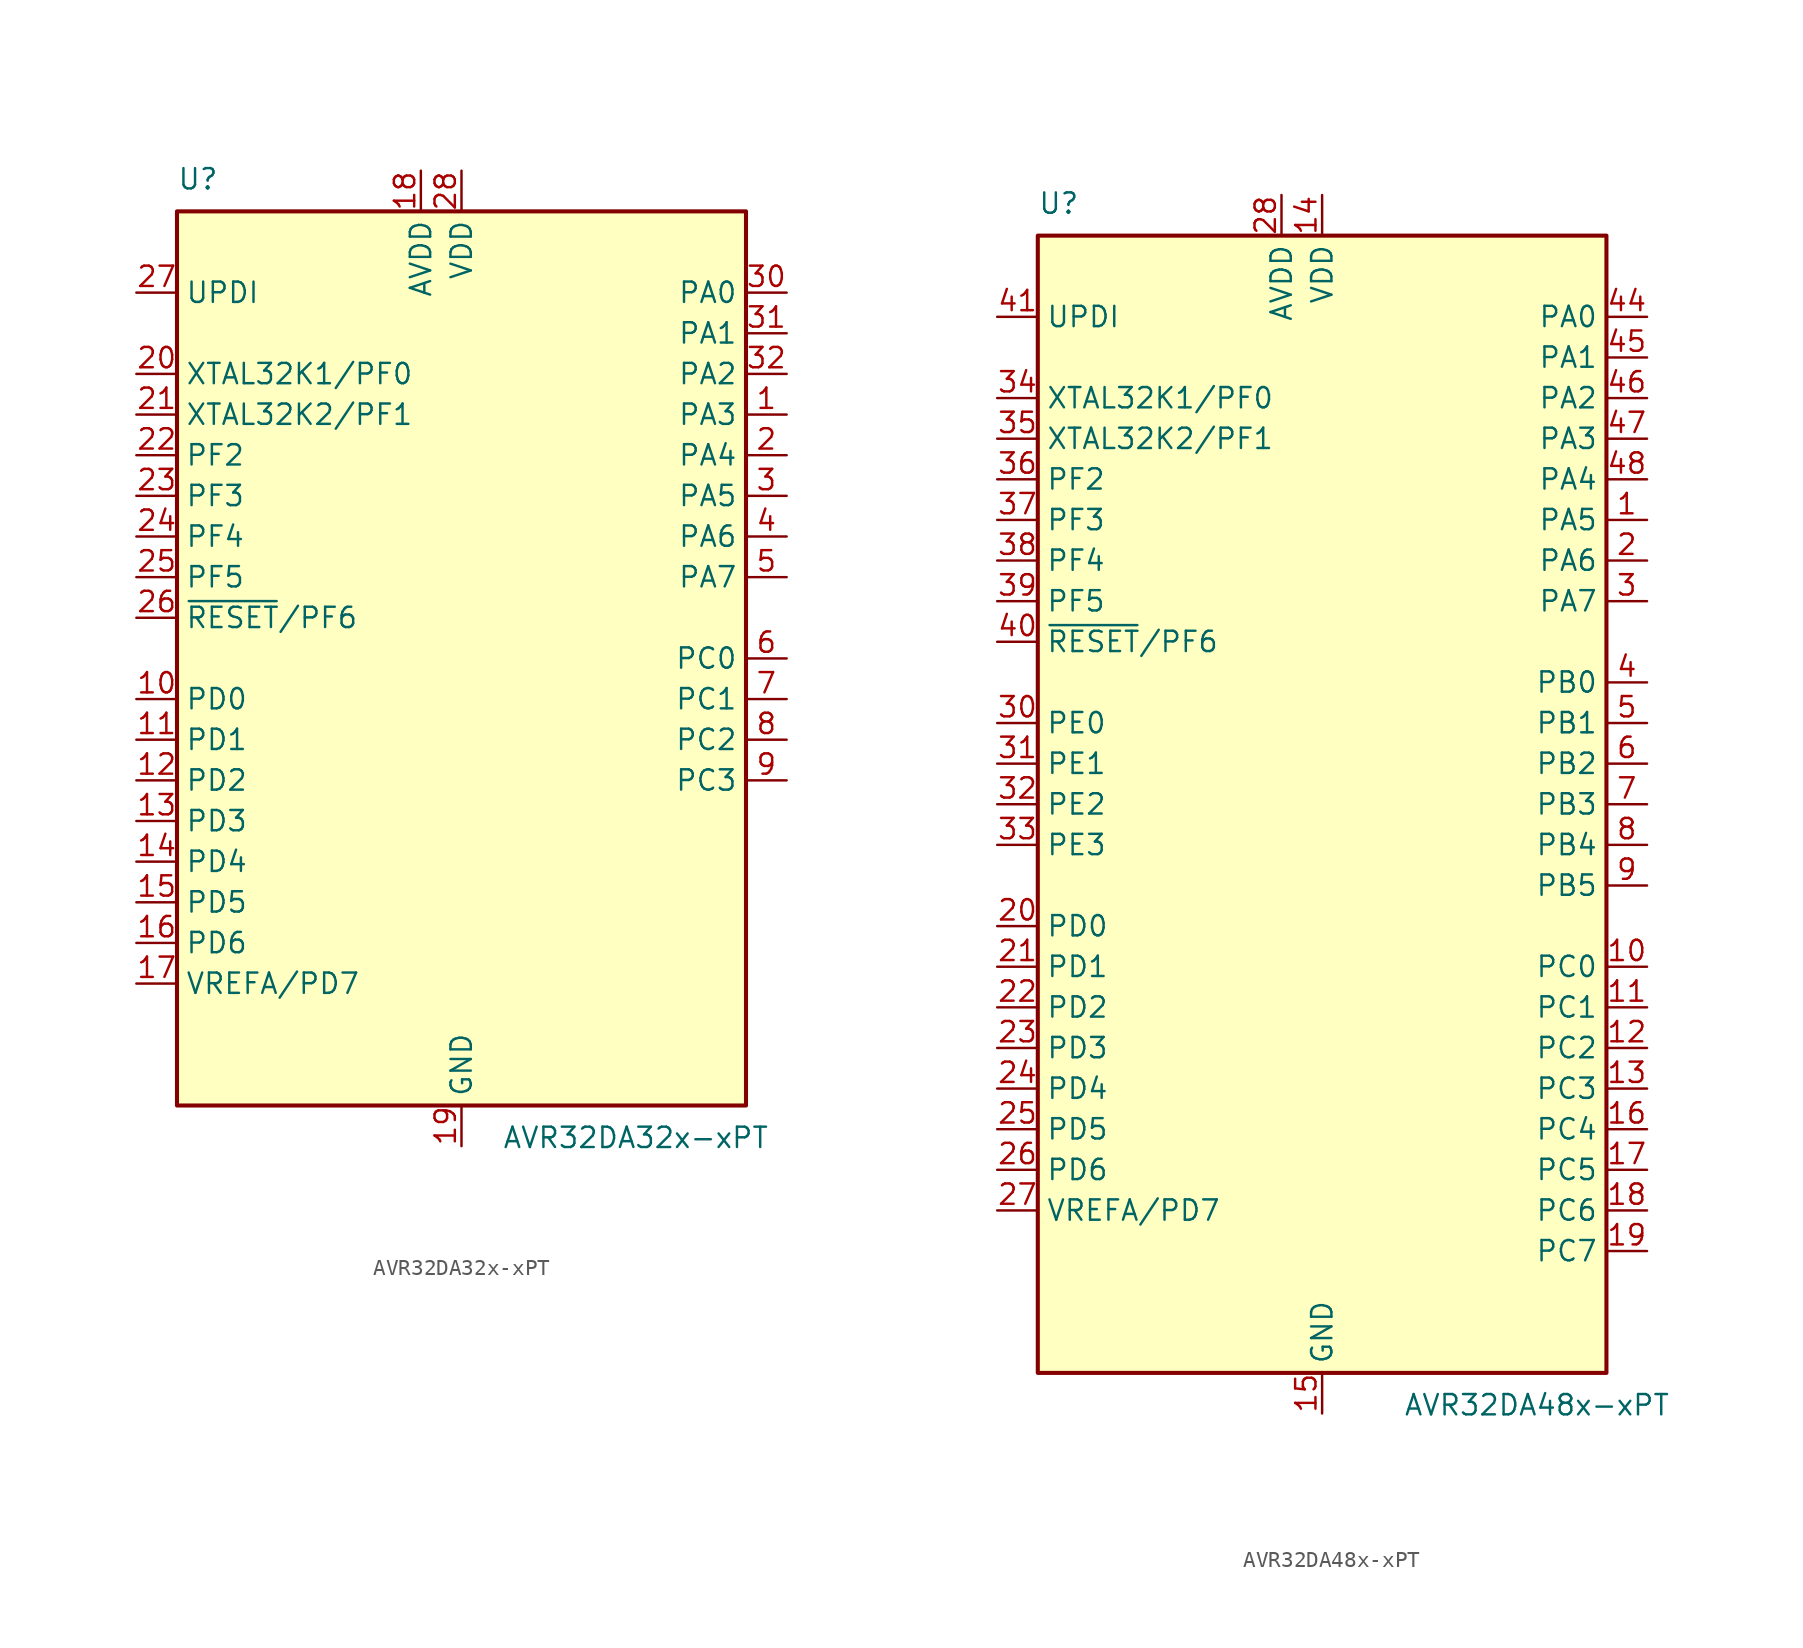
<source format=kicad_sym>
(kicad_symbol_lib
  (version 20231120)
  (generator "kicad_symbol_editor")
  (generator_version "8.0")
  (symbol "AVR32DA32x-xPT"
    (property "Reference" "U"
      (at -17.78 29.21 0)
      (effects (font (size 1.27 1.27)) (justify left bottom)))
    (property "Value" "AVR32DA32x-xPT"
      (at 2.54 -29.21 0)
      (effects (font (size 1.27 1.27)) (justify left top)))
    (symbol "AVR32DA32x-xPT_0_1"
      (rectangle (start -17.78 27.94) (end 17.78 -27.94) (stroke (width 0.254) (type default)) (fill (type background))))
    (symbol "AVR32DA32x-xPT_1_1"
      (pin bidirectional line (at 20.32 15.24 180) (length 2.54) (name "PA3" (effects (font (size 1.27 1.27)))) (number "1" (effects (font (size 1.27 1.27)))))
      (pin bidirectional line (at -20.32 -2.54 0) (length 2.54) (name "PD0" (effects (font (size 1.27 1.27)))) (number "10" (effects (font (size 1.27 1.27)))))
      (pin bidirectional line (at -20.32 -5.08 0) (length 2.54) (name "PD1" (effects (font (size 1.27 1.27)))) (number "11" (effects (font (size 1.27 1.27)))))
      (pin bidirectional line (at -20.32 -7.62 0) (length 2.54) (name "PD2" (effects (font (size 1.27 1.27)))) (number "12" (effects (font (size 1.27 1.27)))))
      (pin bidirectional line (at -20.32 -10.16 0) (length 2.54) (name "PD3" (effects (font (size 1.27 1.27)))) (number "13" (effects (font (size 1.27 1.27)))))
      (pin bidirectional line (at -20.32 -12.7 0) (length 2.54) (name "PD4" (effects (font (size 1.27 1.27)))) (number "14" (effects (font (size 1.27 1.27)))))
      (pin bidirectional line (at -20.32 -15.24 0) (length 2.54) (name "PD5" (effects (font (size 1.27 1.27)))) (number "15" (effects (font (size 1.27 1.27)))))
      (pin bidirectional line (at -20.32 -17.78 0) (length 2.54) (name "PD6" (effects (font (size 1.27 1.27)))) (number "16" (effects (font (size 1.27 1.27)))))
      (pin bidirectional line (at -20.32 -20.32 0) (length 2.54) (name "VREFA/PD7" (effects (font (size 1.27 1.27)))) (number "17" (effects (font (size 1.27 1.27)))))
      (pin power_in line (at -2.54 30.48 270) (length 2.54) (name "AVDD" (effects (font (size 1.27 1.27)))) (number "18" (effects (font (size 1.27 1.27)))))
      (pin power_in line (at 0 -30.48 90) (length 2.54) (name "GND" (effects (font (size 1.27 1.27)))) (number "19" (effects (font (size 1.27 1.27)))))
      (pin bidirectional line (at 20.32 12.7 180) (length 2.54) (name "PA4" (effects (font (size 1.27 1.27)))) (number "2" (effects (font (size 1.27 1.27)))))
      (pin bidirectional line (at -20.32 17.78 0) (length 2.54) (name "XTAL32K1/PF0" (effects (font (size 1.27 1.27)))) (number "20" (effects (font (size 1.27 1.27)))))
      (pin bidirectional line (at -20.32 15.24 0) (length 2.54) (name "XTAL32K2/PF1" (effects (font (size 1.27 1.27)))) (number "21" (effects (font (size 1.27 1.27)))))
      (pin bidirectional line (at -20.32 12.7 0) (length 2.54) (name "PF2" (effects (font (size 1.27 1.27)))) (number "22" (effects (font (size 1.27 1.27)))))
      (pin bidirectional line (at -20.32 10.16 0) (length 2.54) (name "PF3" (effects (font (size 1.27 1.27)))) (number "23" (effects (font (size 1.27 1.27)))))
      (pin bidirectional line (at -20.32 7.62 0) (length 2.54) (name "PF4" (effects (font (size 1.27 1.27)))) (number "24" (effects (font (size 1.27 1.27)))))
      (pin bidirectional line (at -20.32 5.08 0) (length 2.54) (name "PF5" (effects (font (size 1.27 1.27)))) (number "25" (effects (font (size 1.27 1.27)))))
      (pin bidirectional line (at -20.32 2.54 0) (length 2.54) (name "~{RESET}/PF6" (effects (font (size 1.27 1.27)))) (number "26" (effects (font (size 1.27 1.27)))))
      (pin input line (at -20.32 22.86 0) (length 2.54) (name "UPDI" (effects (font (size 1.27 1.27)))) (number "27" (effects (font (size 1.27 1.27)))))
      (pin power_in line (at 0 30.48 270) (length 2.54) (name "VDD" (effects (font (size 1.27 1.27)))) (number "28" (effects (font (size 1.27 1.27)))))
      (pin passive line (at 0 -30.48 90) (length 2.54) hide (name "GND" (effects (font (size 1.27 1.27)))) (number "29" (effects (font (size 1.27 1.27)))))
      (pin bidirectional line (at 20.32 10.16 180) (length 2.54) (name "PA5" (effects (font (size 1.27 1.27)))) (number "3" (effects (font (size 1.27 1.27)))))
      (pin bidirectional line (at 20.32 22.86 180) (length 2.54) (name "PA0" (effects (font (size 1.27 1.27)))) (number "30" (effects (font (size 1.27 1.27)))))
      (pin bidirectional line (at 20.32 20.32 180) (length 2.54) (name "PA1" (effects (font (size 1.27 1.27)))) (number "31" (effects (font (size 1.27 1.27)))))
      (pin bidirectional line (at 20.32 17.78 180) (length 2.54) (name "PA2" (effects (font (size 1.27 1.27)))) (number "32" (effects (font (size 1.27 1.27)))))
      (pin bidirectional line (at 20.32 7.62 180) (length 2.54) (name "PA6" (effects (font (size 1.27 1.27)))) (number "4" (effects (font (size 1.27 1.27)))))
      (pin bidirectional line (at 20.32 5.08 180) (length 2.54) (name "PA7" (effects (font (size 1.27 1.27)))) (number "5" (effects (font (size 1.27 1.27)))))
      (pin bidirectional line (at 20.32 0 180) (length 2.54) (name "PC0" (effects (font (size 1.27 1.27)))) (number "6" (effects (font (size 1.27 1.27)))))
      (pin bidirectional line (at 20.32 -2.54 180) (length 2.54) (name "PC1" (effects (font (size 1.27 1.27)))) (number "7" (effects (font (size 1.27 1.27)))))
      (pin bidirectional line (at 20.32 -5.08 180) (length 2.54) (name "PC2" (effects (font (size 1.27 1.27)))) (number "8" (effects (font (size 1.27 1.27)))))
      (pin bidirectional line (at 20.32 -7.62 180) (length 2.54) (name "PC3" (effects (font (size 1.27 1.27)))) (number "9" (effects (font (size 1.27 1.27)))))))
  (symbol "AVR32DA48x-xPT"
    (property "Reference" "U"
      (at -17.78 36.83 0)
      (effects (font (size 1.27 1.27)) (justify left bottom)))
    (property "Value" "AVR32DA48x-xPT"
      (at 5.08 -36.83 0)
      (effects (font (size 1.27 1.27)) (justify left top)))
    (symbol "AVR32DA48x-xPT_0_1"
      (rectangle (start -17.78 35.56) (end 17.78 -35.56) (stroke (width 0.254) (type default)) (fill (type background))))
    (symbol "AVR32DA48x-xPT_1_1"
      (pin bidirectional line (at 20.32 17.78 180) (length 2.54) (name "PA5" (effects (font (size 1.27 1.27)))) (number "1" (effects (font (size 1.27 1.27)))))
      (pin bidirectional line (at 20.32 -10.16 180) (length 2.54) (name "PC0" (effects (font (size 1.27 1.27)))) (number "10" (effects (font (size 1.27 1.27)))))
      (pin bidirectional line (at 20.32 -12.7 180) (length 2.54) (name "PC1" (effects (font (size 1.27 1.27)))) (number "11" (effects (font (size 1.27 1.27)))))
      (pin bidirectional line (at 20.32 -15.24 180) (length 2.54) (name "PC2" (effects (font (size 1.27 1.27)))) (number "12" (effects (font (size 1.27 1.27)))))
      (pin bidirectional line (at 20.32 -17.78 180) (length 2.54) (name "PC3" (effects (font (size 1.27 1.27)))) (number "13" (effects (font (size 1.27 1.27)))))
      (pin power_in line (at 0 38.1 270) (length 2.54) (name "VDD" (effects (font (size 1.27 1.27)))) (number "14" (effects (font (size 1.27 1.27)))))
      (pin power_in line (at 0 -38.1 90) (length 2.54) (name "GND" (effects (font (size 1.27 1.27)))) (number "15" (effects (font (size 1.27 1.27)))))
      (pin bidirectional line (at 20.32 -20.32 180) (length 2.54) (name "PC4" (effects (font (size 1.27 1.27)))) (number "16" (effects (font (size 1.27 1.27)))))
      (pin bidirectional line (at 20.32 -22.86 180) (length 2.54) (name "PC5" (effects (font (size 1.27 1.27)))) (number "17" (effects (font (size 1.27 1.27)))))
      (pin bidirectional line (at 20.32 -25.4 180) (length 2.54) (name "PC6" (effects (font (size 1.27 1.27)))) (number "18" (effects (font (size 1.27 1.27)))))
      (pin bidirectional line (at 20.32 -27.94 180) (length 2.54) (name "PC7" (effects (font (size 1.27 1.27)))) (number "19" (effects (font (size 1.27 1.27)))))
      (pin bidirectional line (at 20.32 15.24 180) (length 2.54) (name "PA6" (effects (font (size 1.27 1.27)))) (number "2" (effects (font (size 1.27 1.27)))))
      (pin bidirectional line (at -20.32 -7.62 0) (length 2.54) (name "PD0" (effects (font (size 1.27 1.27)))) (number "20" (effects (font (size 1.27 1.27)))))
      (pin bidirectional line (at -20.32 -10.16 0) (length 2.54) (name "PD1" (effects (font (size 1.27 1.27)))) (number "21" (effects (font (size 1.27 1.27)))))
      (pin bidirectional line (at -20.32 -12.7 0) (length 2.54) (name "PD2" (effects (font (size 1.27 1.27)))) (number "22" (effects (font (size 1.27 1.27)))))
      (pin bidirectional line (at -20.32 -15.24 0) (length 2.54) (name "PD3" (effects (font (size 1.27 1.27)))) (number "23" (effects (font (size 1.27 1.27)))))
      (pin bidirectional line (at -20.32 -17.78 0) (length 2.54) (name "PD4" (effects (font (size 1.27 1.27)))) (number "24" (effects (font (size 1.27 1.27)))))
      (pin bidirectional line (at -20.32 -20.32 0) (length 2.54) (name "PD5" (effects (font (size 1.27 1.27)))) (number "25" (effects (font (size 1.27 1.27)))))
      (pin bidirectional line (at -20.32 -22.86 0) (length 2.54) (name "PD6" (effects (font (size 1.27 1.27)))) (number "26" (effects (font (size 1.27 1.27)))))
      (pin bidirectional line (at -20.32 -25.4 0) (length 2.54) (name "VREFA/PD7" (effects (font (size 1.27 1.27)))) (number "27" (effects (font (size 1.27 1.27)))))
      (pin power_in line (at -2.54 38.1 270) (length 2.54) (name "AVDD" (effects (font (size 1.27 1.27)))) (number "28" (effects (font (size 1.27 1.27)))))
      (pin passive line (at 0 -38.1 90) (length 2.54) hide (name "GND" (effects (font (size 1.27 1.27)))) (number "29" (effects (font (size 1.27 1.27)))))
      (pin bidirectional line (at 20.32 12.7 180) (length 2.54) (name "PA7" (effects (font (size 1.27 1.27)))) (number "3" (effects (font (size 1.27 1.27)))))
      (pin bidirectional line (at -20.32 5.08 0) (length 2.54) (name "PE0" (effects (font (size 1.27 1.27)))) (number "30" (effects (font (size 1.27 1.27)))))
      (pin bidirectional line (at -20.32 2.54 0) (length 2.54) (name "PE1" (effects (font (size 1.27 1.27)))) (number "31" (effects (font (size 1.27 1.27)))))
      (pin bidirectional line (at -20.32 0 0) (length 2.54) (name "PE2" (effects (font (size 1.27 1.27)))) (number "32" (effects (font (size 1.27 1.27)))))
      (pin bidirectional line (at -20.32 -2.54 0) (length 2.54) (name "PE3" (effects (font (size 1.27 1.27)))) (number "33" (effects (font (size 1.27 1.27)))))
      (pin bidirectional line (at -20.32 25.4 0) (length 2.54) (name "XTAL32K1/PF0" (effects (font (size 1.27 1.27)))) (number "34" (effects (font (size 1.27 1.27)))))
      (pin bidirectional line (at -20.32 22.86 0) (length 2.54) (name "XTAL32K2/PF1" (effects (font (size 1.27 1.27)))) (number "35" (effects (font (size 1.27 1.27)))))
      (pin bidirectional line (at -20.32 20.32 0) (length 2.54) (name "PF2" (effects (font (size 1.27 1.27)))) (number "36" (effects (font (size 1.27 1.27)))))
      (pin bidirectional line (at -20.32 17.78 0) (length 2.54) (name "PF3" (effects (font (size 1.27 1.27)))) (number "37" (effects (font (size 1.27 1.27)))))
      (pin bidirectional line (at -20.32 15.24 0) (length 2.54) (name "PF4" (effects (font (size 1.27 1.27)))) (number "38" (effects (font (size 1.27 1.27)))))
      (pin bidirectional line (at -20.32 12.7 0) (length 2.54) (name "PF5" (effects (font (size 1.27 1.27)))) (number "39" (effects (font (size 1.27 1.27)))))
      (pin bidirectional line (at 20.32 7.62 180) (length 2.54) (name "PB0" (effects (font (size 1.27 1.27)))) (number "4" (effects (font (size 1.27 1.27)))))
      (pin bidirectional line (at -20.32 10.16 0) (length 2.54) (name "~{RESET}/PF6" (effects (font (size 1.27 1.27)))) (number "40" (effects (font (size 1.27 1.27)))))
      (pin input line (at -20.32 30.48 0) (length 2.54) (name "UPDI" (effects (font (size 1.27 1.27)))) (number "41" (effects (font (size 1.27 1.27)))))
      (pin passive line (at 0 38.1 270) (length 2.54) hide (name "VDD" (effects (font (size 1.27 1.27)))) (number "42" (effects (font (size 1.27 1.27)))))
      (pin passive line (at 0 -38.1 90) (length 2.54) hide (name "GND" (effects (font (size 1.27 1.27)))) (number "43" (effects (font (size 1.27 1.27)))))
      (pin bidirectional line (at 20.32 30.48 180) (length 2.54) (name "PA0" (effects (font (size 1.27 1.27)))) (number "44" (effects (font (size 1.27 1.27)))))
      (pin bidirectional line (at 20.32 27.94 180) (length 2.54) (name "PA1" (effects (font (size 1.27 1.27)))) (number "45" (effects (font (size 1.27 1.27)))))
      (pin bidirectional line (at 20.32 25.4 180) (length 2.54) (name "PA2" (effects (font (size 1.27 1.27)))) (number "46" (effects (font (size 1.27 1.27)))))
      (pin bidirectional line (at 20.32 22.86 180) (length 2.54) (name "PA3" (effects (font (size 1.27 1.27)))) (number "47" (effects (font (size 1.27 1.27)))))
      (pin bidirectional line (at 20.32 20.32 180) (length 2.54) (name "PA4" (effects (font (size 1.27 1.27)))) (number "48" (effects (font (size 1.27 1.27)))))
      (pin bidirectional line (at 20.32 5.08 180) (length 2.54) (name "PB1" (effects (font (size 1.27 1.27)))) (number "5" (effects (font (size 1.27 1.27)))))
      (pin bidirectional line (at 20.32 2.54 180) (length 2.54) (name "PB2" (effects (font (size 1.27 1.27)))) (number "6" (effects (font (size 1.27 1.27)))))
      (pin bidirectional line (at 20.32 0 180) (length 2.54) (name "PB3" (effects (font (size 1.27 1.27)))) (number "7" (effects (font (size 1.27 1.27)))))
      (pin bidirectional line (at 20.32 -2.54 180) (length 2.54) (name "PB4" (effects (font (size 1.27 1.27)))) (number "8" (effects (font (size 1.27 1.27)))))
      (pin bidirectional line (at 20.32 -5.08 180) (length 2.54) (name "PB5" (effects (font (size 1.27 1.27)))) (number "9" (effects (font (size 1.27 1.27))))))))
</source>
